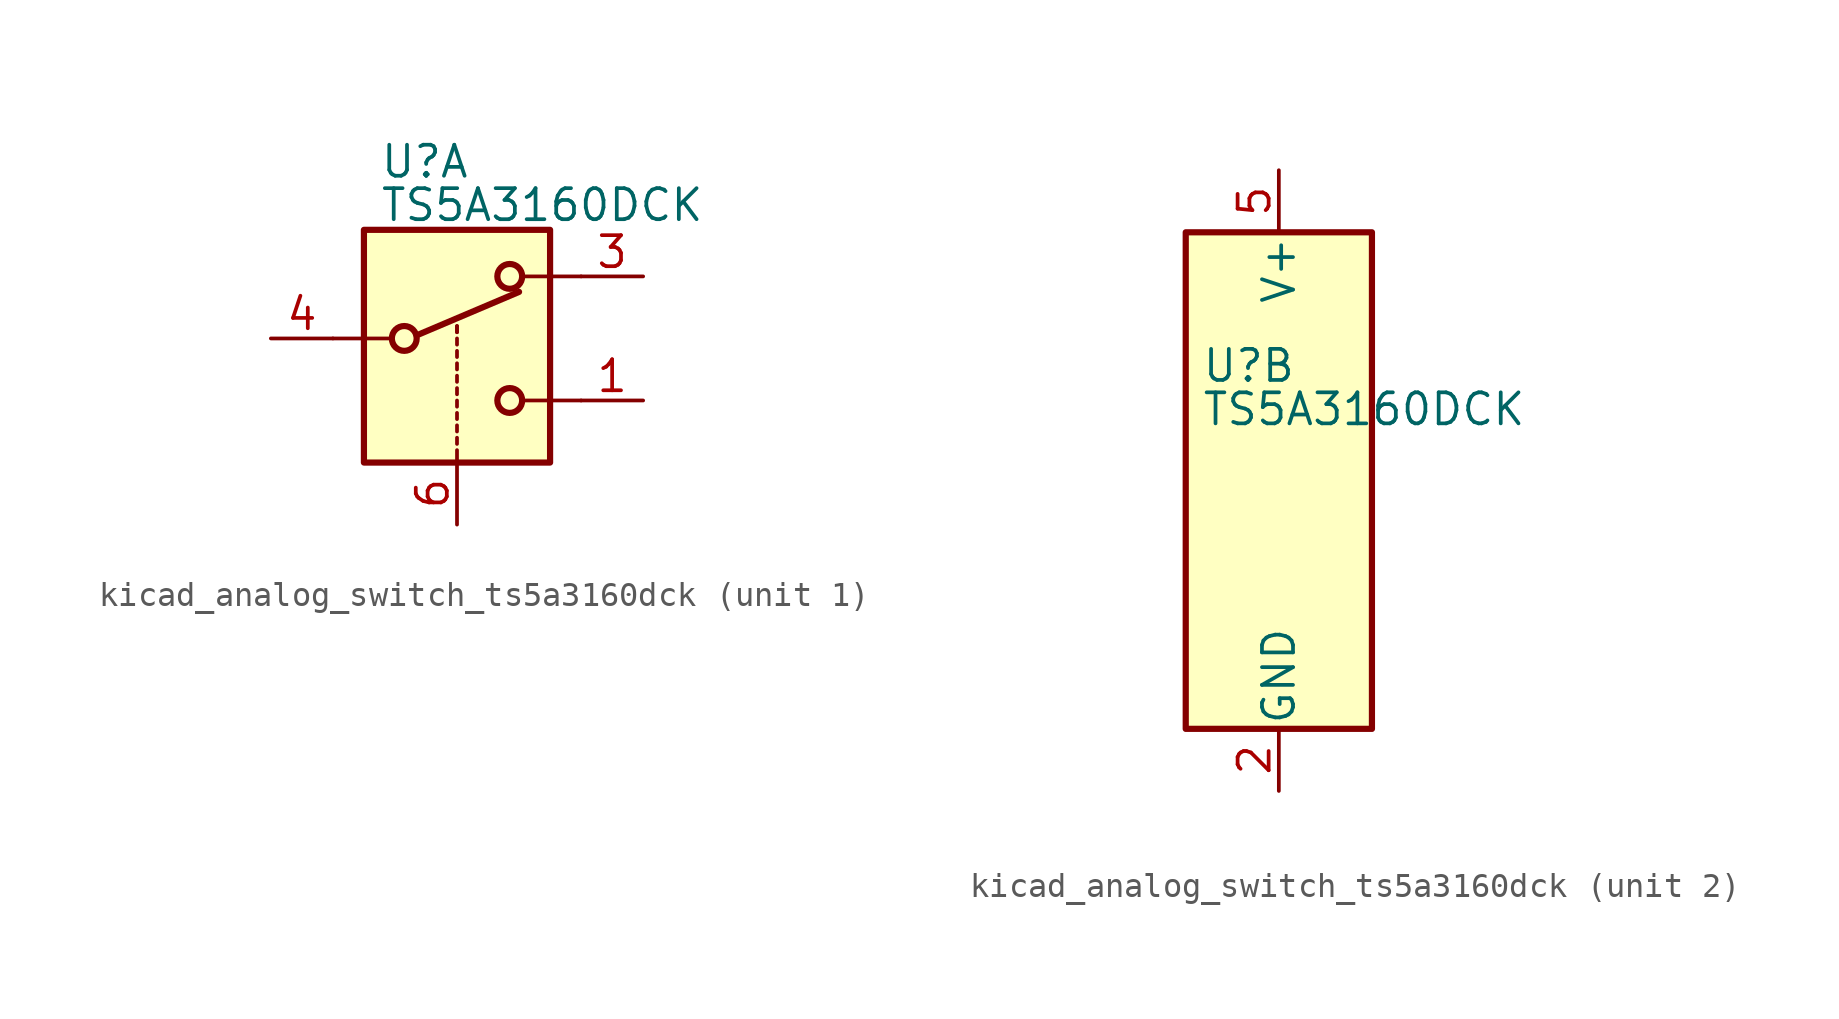
<source format=kicad_sym>
(kicad_symbol_lib
  (version 20220914)
  (generator kicad_symbol_editor)
  (symbol "kicad_analog_switch_ts5a3160dck"
    (pin_names
      (offset 0.127))
    (property "Reference" "U"
      (at -3.175 4.699 0)
      (effects (font (size 1.27 1.27)) (justify left)))
    (property "Value" "TS5A3160DCK"
      (at -3.175 2.921 0)
      (effects (font (size 1.27 1.27)) (justify left)))
    (symbol "kicad_analog_switch_ts5a3160dck_1_1"
      (rectangle (start -3.81 1.905) (end 3.81 -7.62) (stroke (width 0.254) (type default)) (fill (type background)))
      (circle (center -2.159 -2.54) (radius 0.508) (stroke (width 0.254) (type default)) (fill (type none)))
      (polyline (pts (xy -5.08 -2.54) (xy -2.794 -2.54)) (stroke (width 0) (type default)) (fill (type none)))
      (polyline (pts (xy -1.651 -2.413) (xy 2.54 -0.635)) (stroke (width 0.254) (type default)) (fill (type none)))
      (polyline (pts (xy 0 -7.62) (xy 0 -7.112)) (stroke (width 0) (type default)) (fill (type none)))
      (polyline (pts (xy 0 -6.858) (xy 0 -6.604)) (stroke (width 0) (type default)) (fill (type none)))
      (polyline (pts (xy 0 -6.35) (xy 0 -6.096)) (stroke (width 0) (type default)) (fill (type none)))
      (polyline (pts (xy 0 -5.842) (xy 0 -5.588)) (stroke (width 0) (type default)) (fill (type none)))
      (polyline (pts (xy 0 -5.334) (xy 0 -5.08)) (stroke (width 0) (type default)) (fill (type none)))
      (polyline (pts (xy 0 -4.826) (xy 0 -4.572)) (stroke (width 0) (type default)) (fill (type none)))
      (polyline (pts (xy 0 -4.318) (xy 0 -4.064)) (stroke (width 0) (type default)) (fill (type none)))
      (polyline (pts (xy 0 -3.81) (xy 0 -3.556)) (stroke (width 0) (type default)) (fill (type none)))
      (polyline (pts (xy 0 -3.302) (xy 0 -3.048)) (stroke (width 0) (type default)) (fill (type none)))
      (polyline (pts (xy 0 -2.794) (xy 0 -2.54)) (stroke (width 0) (type default)) (fill (type none)))
      (polyline (pts (xy 0 -2.286) (xy 0 -2.032)) (stroke (width 0) (type default)) (fill (type none)))
      (polyline (pts (xy 0 -2.286) (xy 0 -2.032)) (stroke (width 0) (type default)) (fill (type none)))
      (polyline (pts (xy 5.08 -5.08) (xy 2.794 -5.08)) (stroke (width 0) (type default)) (fill (type none)))
      (polyline (pts (xy 5.08 0) (xy 2.794 0)) (stroke (width 0) (type default)) (fill (type none)))
      (circle (center 2.159 -5.08) (radius 0.508) (stroke (width 0.254) (type default)) (fill (type none)))
      (circle (center 2.159 0) (radius 0.508) (stroke (width 0.254) (type default)) (fill (type none)))
      (pin passive line (at 7.62 -5.08 180) (length 2.54) (name "~" (effects (font (size 1.27 1.27)))) (number "1" (effects (font (size 1.27 1.27)))))
      (pin passive line (at 7.62 0 180) (length 2.54) (name "~" (effects (font (size 1.27 1.27)))) (number "3" (effects (font (size 1.27 1.27)))))
      (pin passive line (at -7.62 -2.54 0) (length 2.54) (name "~" (effects (font (size 1.27 1.27)))) (number "4" (effects (font (size 1.27 1.27)))))
      (pin input line (at 0 -10.16 90) (length 2.54) (name "~" (effects (font (size 1.27 1.27)))) (number "6" (effects (font (size 1.27 1.27))))))
    (symbol "kicad_analog_switch_ts5a3160dck_2_0"
      (pin power_in line (at 0 -12.7 90) (length 2.54) (name "GND" (effects (font (size 1.27 1.27)))) (number "2" (effects (font (size 1.27 1.27)))))
      (pin power_in line (at 0 12.7 270) (length 2.54) (name "V+" (effects (font (size 1.27 1.27)))) (number "5" (effects (font (size 1.27 1.27))))))
    (symbol "kicad_analog_switch_ts5a3160dck_2_1"
      (rectangle (start -3.81 10.16) (end 3.81 -10.16) (stroke (width 0.254) (type default)) (fill (type background))))))
</source>
